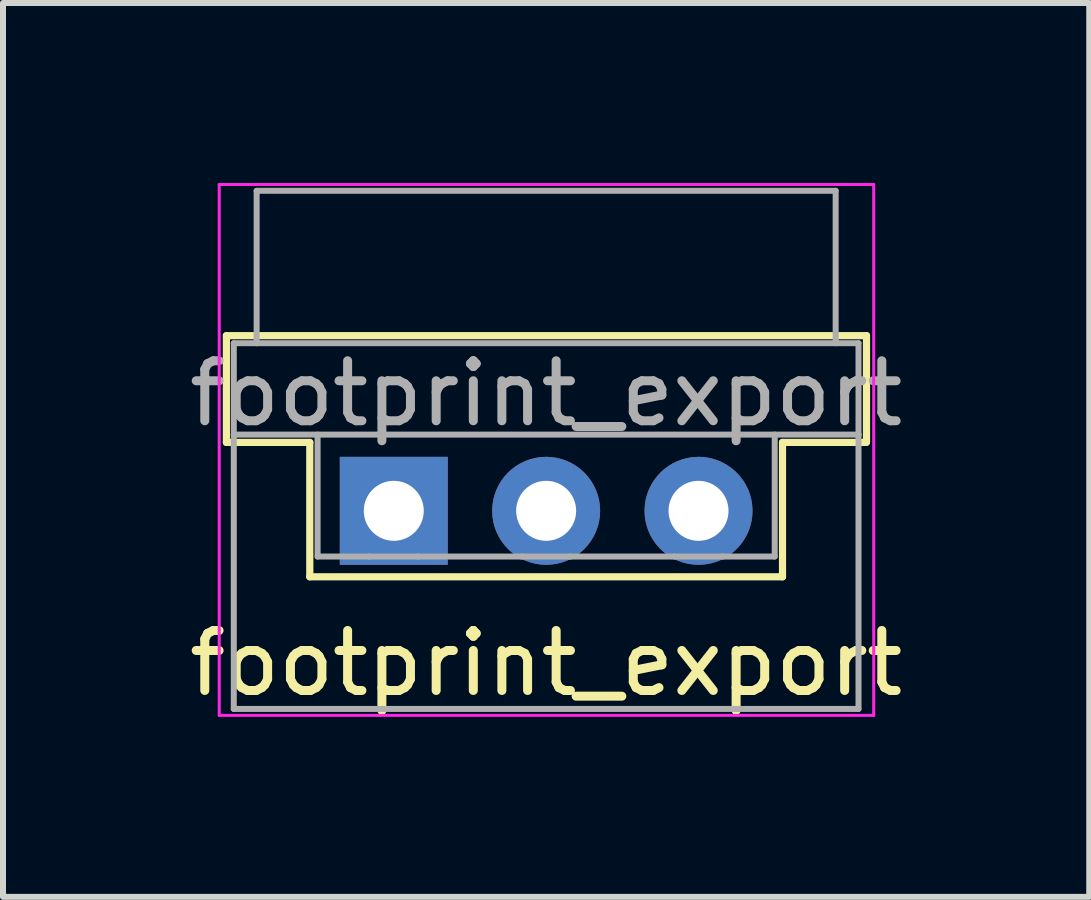
<source format=kicad_pcb>
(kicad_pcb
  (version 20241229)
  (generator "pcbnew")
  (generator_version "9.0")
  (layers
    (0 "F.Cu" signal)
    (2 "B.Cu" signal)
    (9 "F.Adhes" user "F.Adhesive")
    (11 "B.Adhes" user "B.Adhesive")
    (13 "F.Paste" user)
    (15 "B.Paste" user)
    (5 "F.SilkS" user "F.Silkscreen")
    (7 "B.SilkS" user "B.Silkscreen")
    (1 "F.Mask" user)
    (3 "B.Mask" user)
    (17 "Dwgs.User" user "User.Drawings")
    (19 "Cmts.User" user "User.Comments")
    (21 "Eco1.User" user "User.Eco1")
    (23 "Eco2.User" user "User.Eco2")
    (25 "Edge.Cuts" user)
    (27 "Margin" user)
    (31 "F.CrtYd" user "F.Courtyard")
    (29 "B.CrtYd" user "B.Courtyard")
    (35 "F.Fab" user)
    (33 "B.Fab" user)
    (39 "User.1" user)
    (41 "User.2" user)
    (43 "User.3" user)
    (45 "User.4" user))
  (footprint "footprint_export"
    (layer "F.Cu")
    (at 3.514 5.465)
    (property "Reference" "footprint_export" (at 2.54 2.54 180) (layer "F.SilkS") (effects (font (size 1 1) (thickness 0.15))))
    (attr through_hole)
    (fp_line (start -2.79 -2.92) (end -2.79 -1.14) (stroke (width 0.12) (type solid)) (layer "F.SilkS"))
    (fp_line (start -1.4 -1.14) (end -2.79 -1.14) (stroke (width 0.12) (type solid)) (layer "F.SilkS"))
    (fp_line (start -1.4 1.1) (end -1.4 -1.14) (stroke (width 0.12) (type solid)) (layer "F.SilkS"))
    (fp_line (start 6.48 -1.14) (end 6.48 1.1) (stroke (width 0.12) (type solid)) (layer "F.SilkS"))
    (fp_line (start 6.48 1.1) (end -1.4 1.1) (stroke (width 0.12) (type solid)) (layer "F.SilkS"))
    (fp_line (start 7.88 -2.92) (end -2.79 -2.92) (stroke (width 0.12) (type solid)) (layer "F.SilkS"))
    (fp_line (start 7.88 -1.15) (end 7.88 -2.92) (stroke (width 0.12) (type solid)) (layer "F.SilkS"))
    (fp_line (start 7.88 -1.14) (end 6.48 -1.14) (stroke (width 0.12) (type solid)) (layer "F.SilkS"))
    (fp_line (start -2.91 -5.44) (end -2.91 3.41) (stroke (width 0.05) (type solid)) (layer "F.CrtYd"))
    (fp_line (start -2.91 3.41) (end 8 3.41) (stroke (width 0.05) (type solid)) (layer "F.CrtYd"))
    (fp_line (start 8 -5.44) (end -2.91 -5.44) (stroke (width 0.05) (type solid)) (layer "F.CrtYd"))
    (fp_line (start 8 3.41) (end 8 -5.44) (stroke (width 0.05) (type solid)) (layer "F.CrtYd"))
    (fp_line (start -2.667 -2.794) (end -2.667 -1.27) (stroke (width 0.1) (type solid)) (layer "F.Fab"))
    (fp_line (start -2.667 -2.794) (end 7.747 -2.794) (stroke (width 0.1) (type solid)) (layer "F.Fab"))
    (fp_line (start -2.667 -1.27) (end -2.667 3.302) (stroke (width 0.1) (type solid)) (layer "F.Fab"))
    (fp_line (start -2.667 -1.27) (end 7.747 -1.27) (stroke (width 0.1) (type solid)) (layer "F.Fab"))
    (fp_line (start -2.286 -5.334) (end -2.286 -2.794) (stroke (width 0.1) (type solid)) (layer "F.Fab"))
    (fp_line (start -1.27 0.762) (end -1.27 -1.27) (stroke (width 0.1) (type solid)) (layer "F.Fab"))
    (fp_line (start -1.27 0.762) (end -0.406 0.762) (stroke (width 0.1) (type solid)) (layer "F.Fab"))
    (fp_line (start 0.406 0.762) (end -0.406 0.762) (stroke (width 0.1) (type solid)) (layer "F.Fab"))
    (fp_line (start 0.406 0.762) (end 2.134 0.762) (stroke (width 0.1) (type solid)) (layer "F.Fab"))
    (fp_line (start 2.946 0.762) (end 2.134 0.762) (stroke (width 0.1) (type solid)) (layer "F.Fab"))
    (fp_line (start 2.946 0.762) (end 4.674 0.762) (stroke (width 0.1) (type solid)) (layer "F.Fab"))
    (fp_line (start 5.486 0.762) (end 4.674 0.762) (stroke (width 0.1) (type solid)) (layer "F.Fab"))
    (fp_line (start 5.486 0.762) (end 6.35 0.762) (stroke (width 0.1) (type solid)) (layer "F.Fab"))
    (fp_line (start 6.35 -1.27) (end 6.35 0.762) (stroke (width 0.1) (type solid)) (layer "F.Fab"))
    (fp_line (start 7.366 -5.334) (end -2.286 -5.334) (stroke (width 0.1) (type solid)) (layer "F.Fab"))
    (fp_line (start 7.366 -2.794) (end 7.366 -5.334) (stroke (width 0.1) (type solid)) (layer "F.Fab"))
    (fp_line (start 7.747 -2.794) (end 7.747 -1.27) (stroke (width 0.1) (type solid)) (layer "F.Fab"))
    (fp_line (start 7.747 -1.27) (end 7.747 3.302) (stroke (width 0.1) (type solid)) (layer "F.Fab"))
    (fp_line (start 7.747 3.302) (end -2.667 3.302) (stroke (width 0.1) (type solid)) (layer "F.Fab"))
    (fp_text user "${REFERENCE}" (at 2.54 -1.956 180) (layer "F.Fab") (effects (font (size 1 1) (thickness 0.15))))
    (pad "1" thru_hole rect (at 0 0) (size 1.8 1.8) (drill 1) (layers "*.Cu" "*.Mask"))
    (pad "2" thru_hole circle (at 2.54 0) (size 1.8 1.8) (drill 1) (layers "*.Cu" "*.Mask"))
    (pad "3" thru_hole circle (at 5.08 0) (size 1.8 1.8) (drill 1) (layers "*.Cu" "*.Mask")))
  (gr_rect
    (start -3 -3)
    (end 15.107 11.9)
    (stroke (width 0.1) (type default))
    (fill no)
    (layer "Edge.Cuts")))
</source>
